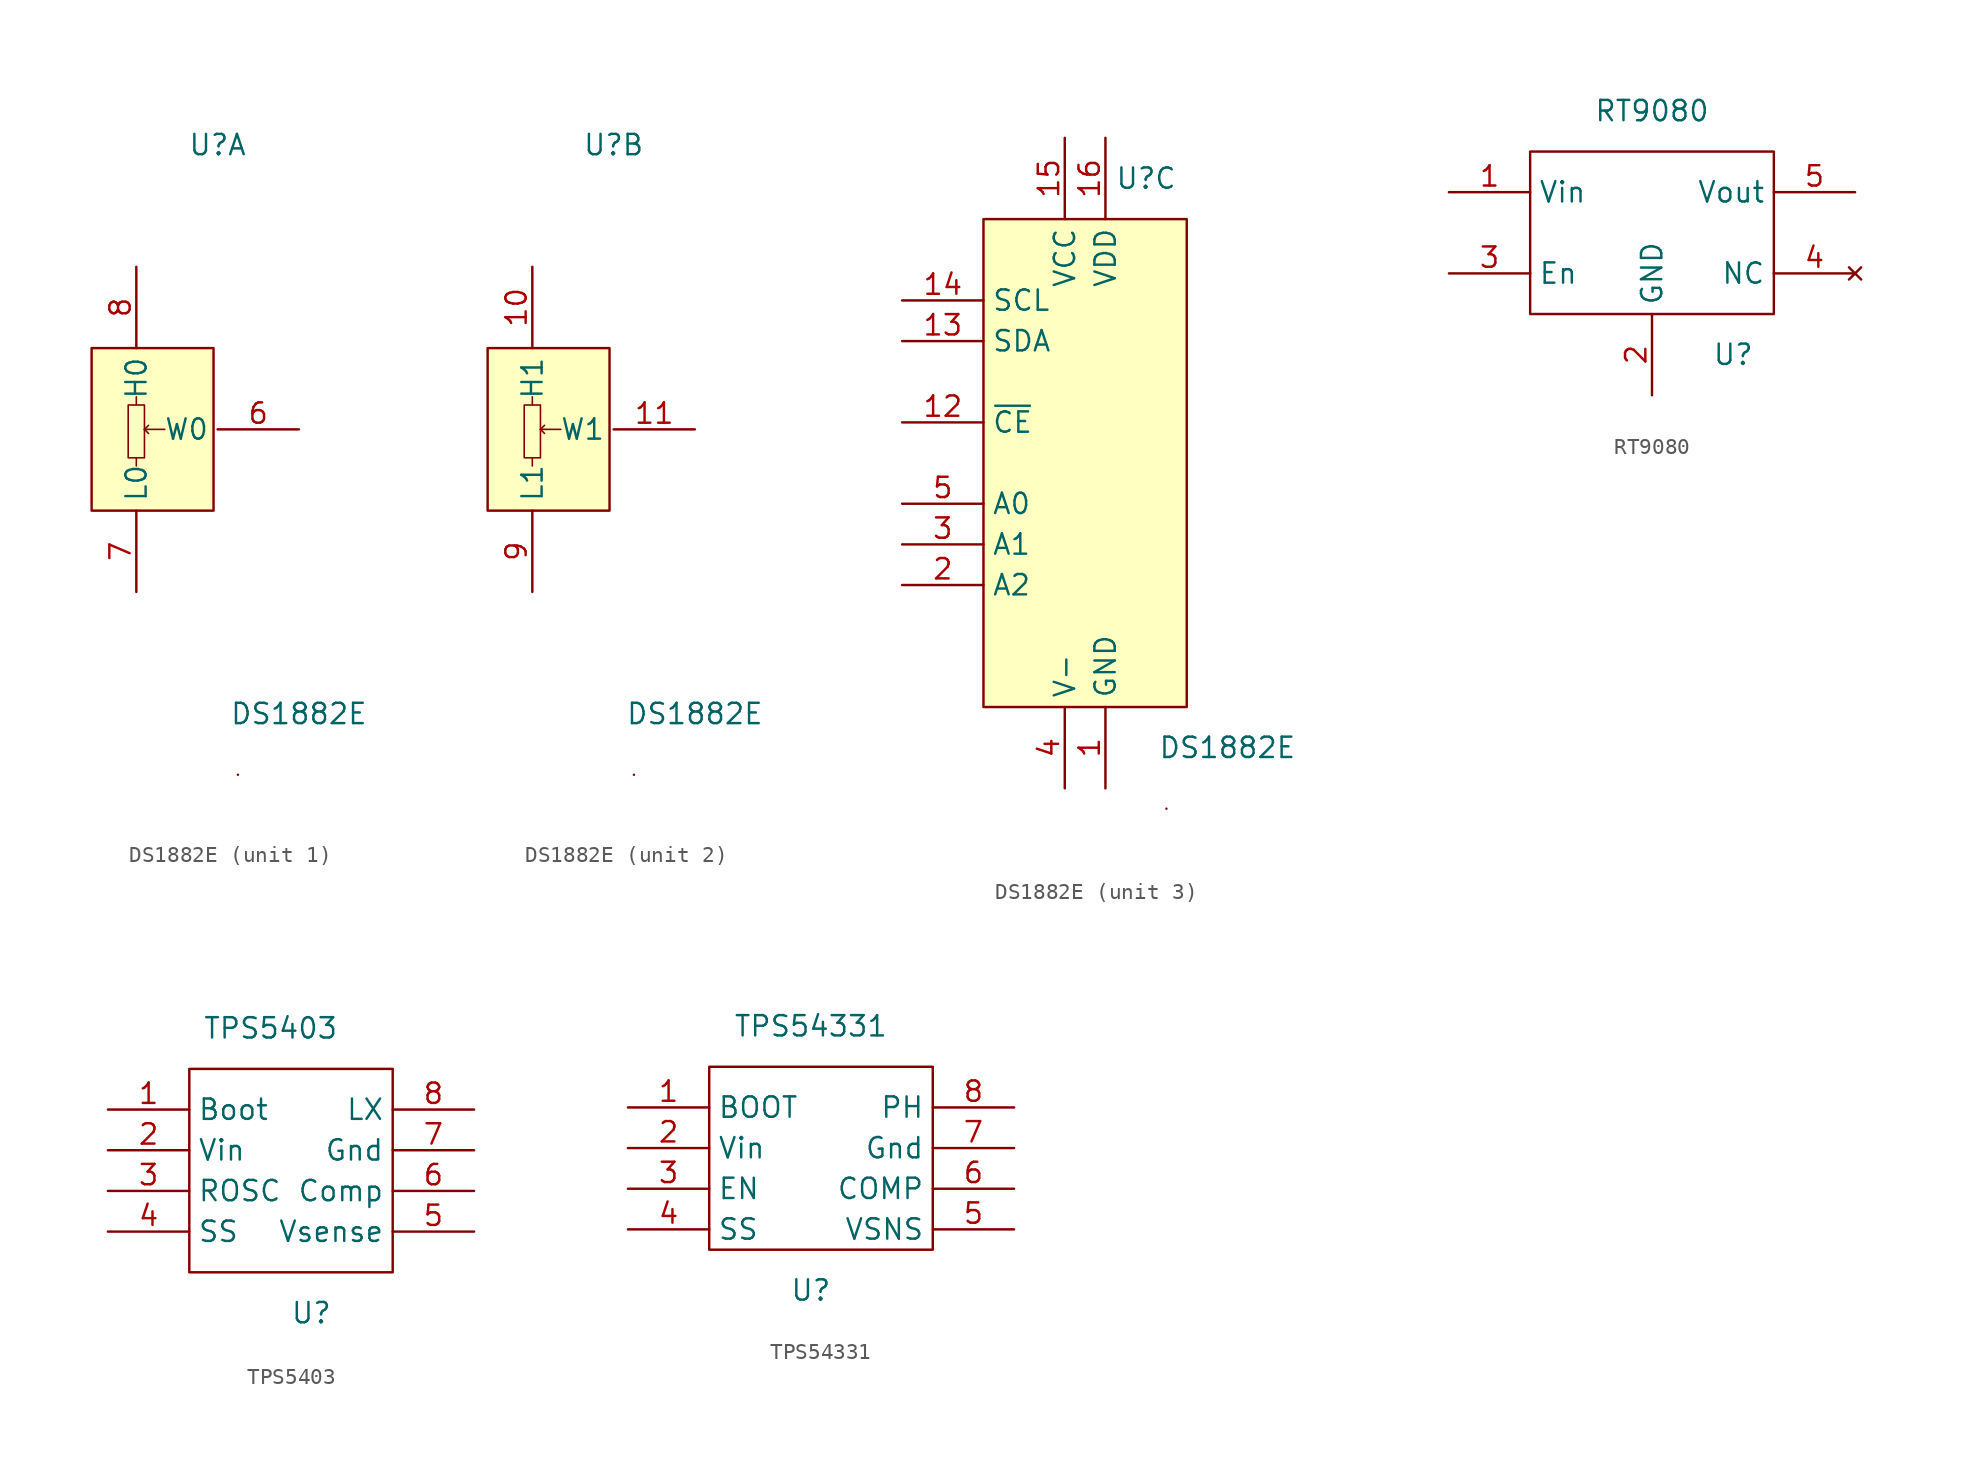
<source format=kicad_sym>
(kicad_symbol_lib
  (version 20211014)
  (generator kicad_symbol_editor)
  (symbol "DS1882E"
    (property "Reference" "U"
      (at 2.54 17.78 0)
      (effects (font (size 1.27 1.27))))
    (property "Value" "DS1882E"
      (at 7.62 -17.78 0)
      (effects (font (size 1.27 1.27))))
    (property "ki_locked" ""
      (at 0 0 0)
      (effects (font (size 1.27 1.27))))
    (symbol "DS1882E_0_1"
      (rectangle (start 3.81 -21.59) (end 3.81 -21.59) (stroke (width 0) (type default) (color 0 0 0 0)) (fill (type none))))
    (symbol "DS1882E_1_1"
      (rectangle (start -5.334 5.08) (end 2.286 -5.08) (stroke (width 0) (type default) (color 0 0 0 0)) (fill (type background)))
      (rectangle (start -3.048 1.524) (end -2.032 -1.778) (stroke (width 0.1) (type default) (color 0 0 0 0)) (fill (type none)))
      (polyline (pts (xy -2.54 -1.778) (xy -2.54 -2.286)) (stroke (width 0.1) (type default) (color 0 0 0 0)) (fill (type none)))
      (polyline (pts (xy -2.54 1.524) (xy -2.54 2.032)) (stroke (width 0.1) (type default) (color 0 0 0 0)) (fill (type none)))
      (polyline (pts (xy -2.032 0) (xy -1.778 -0.254)) (stroke (width 0.1) (type default) (color 0 0 0 0)) (fill (type none)))
      (polyline (pts (xy -2.032 0) (xy -1.778 0.254)) (stroke (width 0.1) (type default) (color 0 0 0 0)) (fill (type none)))
      (polyline (pts (xy -0.762 0) (xy -2.032 0)) (stroke (width 0.1) (type default) (color 0 0 0 0)) (fill (type none)))
      (pin passive line (at 7.62 0 180) (length 5.08) (name "W0" (effects (font (size 1.27 1.27)))) (number "6" (effects (font (size 1.27 1.27)))))
      (pin passive line (at -2.54 -10.16 90) (length 5.08) (name "L0" (effects (font (size 1.27 1.27)))) (number "7" (effects (font (size 1.27 1.27)))))
      (pin passive line (at -2.54 10.16 270) (length 5.08) (name "H0" (effects (font (size 1.27 1.27)))) (number "8" (effects (font (size 1.27 1.27))))))
    (symbol "DS1882E_2_1"
      (rectangle (start -5.334 5.08) (end 2.286 -5.08) (stroke (width 0) (type default) (color 0 0 0 0)) (fill (type background)))
      (rectangle (start -3.048 1.524) (end -2.032 -1.778) (stroke (width 0.1) (type default) (color 0 0 0 0)) (fill (type none)))
      (polyline (pts (xy -2.54 -1.778) (xy -2.54 -2.286)) (stroke (width 0.1) (type default) (color 0 0 0 0)) (fill (type none)))
      (polyline (pts (xy -2.54 1.524) (xy -2.54 2.032)) (stroke (width 0.1) (type default) (color 0 0 0 0)) (fill (type none)))
      (polyline (pts (xy -2.032 0) (xy -1.778 -0.254)) (stroke (width 0.1) (type default) (color 0 0 0 0)) (fill (type none)))
      (polyline (pts (xy -2.032 0) (xy -1.778 0.254)) (stroke (width 0.1) (type default) (color 0 0 0 0)) (fill (type none)))
      (polyline (pts (xy -0.762 0) (xy -2.032 0)) (stroke (width 0.1) (type default) (color 0 0 0 0)) (fill (type none)))
      (pin passive line (at -2.54 10.16 270) (length 5.08) (name "H1" (effects (font (size 1.27 1.27)))) (number "10" (effects (font (size 1.27 1.27)))))
      (pin passive line (at 7.62 0 180) (length 5.08) (name "W1" (effects (font (size 1.27 1.27)))) (number "11" (effects (font (size 1.27 1.27)))))
      (pin passive line (at -2.54 -10.16 90) (length 5.08) (name "L1" (effects (font (size 1.27 1.27)))) (number "9" (effects (font (size 1.27 1.27))))))
    (symbol "DS1882E_3_1"
      (rectangle (start -7.62 15.24) (end 5.08 -15.24) (stroke (width 0) (type default) (color 0 0 0 0)) (fill (type background)))
      (pin power_in line (at 0 -20.32 90) (length 5.08) (name "GND" (effects (font (size 1.27 1.27)))) (number "1" (effects (font (size 1.27 1.27)))))
      (pin input line (at -12.7 2.54 0) (length 5.08) (name "~{CE}" (effects (font (size 1.27 1.27)))) (number "12" (effects (font (size 1.27 1.27)))))
      (pin input line (at -12.7 7.62 0) (length 5.08) (name "SDA" (effects (font (size 1.27 1.27)))) (number "13" (effects (font (size 1.27 1.27)))))
      (pin input line (at -12.7 10.16 0) (length 5.08) (name "SCL" (effects (font (size 1.27 1.27)))) (number "14" (effects (font (size 1.27 1.27)))))
      (pin power_in line (at -2.54 20.32 270) (length 5.08) (name "VCC" (effects (font (size 1.27 1.27)))) (number "15" (effects (font (size 1.27 1.27)))))
      (pin power_in line (at 0 20.32 270) (length 5.08) (name "VDD" (effects (font (size 1.27 1.27)))) (number "16" (effects (font (size 1.27 1.27)))))
      (pin input line (at -12.7 -7.62 0) (length 5.08) (name "A2" (effects (font (size 1.27 1.27)))) (number "2" (effects (font (size 1.27 1.27)))))
      (pin input line (at -12.7 -5.08 0) (length 5.08) (name "A1" (effects (font (size 1.27 1.27)))) (number "3" (effects (font (size 1.27 1.27)))))
      (pin power_in line (at -2.54 -20.32 90) (length 5.08) (name "V-" (effects (font (size 1.27 1.27)))) (number "4" (effects (font (size 1.27 1.27)))))
      (pin input line (at -12.7 -2.54 0) (length 5.08) (name "A0" (effects (font (size 1.27 1.27)))) (number "5" (effects (font (size 1.27 1.27)))))))
  (symbol "RT9080"
    (property "Reference" "U"
      (at 5.08 -7.62 0)
      (effects (font (size 1.27 1.27))))
    (property "Value" "RT9080"
      (at 0 7.62 0)
      (effects (font (size 1.27 1.27))))
    (symbol "RT9080_0_1"
      (rectangle (start -7.62 5.08) (end 7.62 -5.08) (stroke (width 0) (type default) (color 0 0 0 0)) (fill (type none))))
    (symbol "RT9080_1_1"
      (pin power_in line (at -12.7 2.54 0) (length 5.08) (name "Vin" (effects (font (size 1.27 1.27)))) (number "1" (effects (font (size 1.27 1.27)))))
      (pin power_in line (at 0 -10.16 90) (length 5.08) (name "GND" (effects (font (size 1.27 1.27)))) (number "2" (effects (font (size 1.27 1.27)))))
      (pin input line (at -12.7 -2.54 0) (length 5.08) (name "En" (effects (font (size 1.27 1.27)))) (number "3" (effects (font (size 1.27 1.27)))))
      (pin no_connect line (at 12.7 -2.54 180) (length 5.08) (name "NC" (effects (font (size 1.27 1.27)))) (number "4" (effects (font (size 1.27 1.27)))))
      (pin power_out line (at 12.7 2.54 180) (length 5.08) (name "Vout" (effects (font (size 1.27 1.27)))) (number "5" (effects (font (size 1.27 1.27)))))))
  (symbol "TPS5403"
    (property "Reference" "U"
      (at 2.54 -10.16 0)
      (effects (font (size 1.27 1.27))))
    (property "Value" "TPS5403"
      (at 0 7.62 0)
      (effects (font (size 1.27 1.27))))
    (symbol "TPS5403_0_1"
      (rectangle (start -5.08 5.08) (end 7.62 -7.62) (stroke (width 0) (type default) (color 0 0 0 0)) (fill (type none))))
    (symbol "TPS5403_1_1"
      (pin input line (at -10.16 2.54 0) (length 5.08) (name "Boot" (effects (font (size 1.27 1.27)))) (number "1" (effects (font (size 1.27 1.27)))))
      (pin power_in line (at -10.16 0 0) (length 5.08) (name "Vin" (effects (font (size 1.27 1.27)))) (number "2" (effects (font (size 1.27 1.27)))))
      (pin bidirectional line (at -10.16 -2.54 0) (length 5.08) (name "ROSC" (effects (font (size 1.27 1.27)))) (number "3" (effects (font (size 1.27 1.27)))))
      (pin bidirectional line (at -10.16 -5.08 0) (length 5.08) (name "SS" (effects (font (size 1.27 1.27)))) (number "4" (effects (font (size 1.27 1.27)))))
      (pin input line (at 12.7 -5.08 180) (length 5.08) (name "Vsense" (effects (font (size 1.27 1.27)))) (number "5" (effects (font (size 1.27 1.27)))))
      (pin bidirectional line (at 12.7 -2.54 180) (length 5.08) (name "Comp" (effects (font (size 1.27 1.27)))) (number "6" (effects (font (size 1.27 1.27)))))
      (pin power_in line (at 12.7 0 180) (length 5.08) (name "Gnd" (effects (font (size 1.27 1.27)))) (number "7" (effects (font (size 1.27 1.27)))))
      (pin power_out line (at 12.7 2.54 180) (length 5.08) (name "LX" (effects (font (size 1.27 1.27)))) (number "8" (effects (font (size 1.27 1.27)))))))
  (symbol "TPS54331"
    (property "Reference" "U"
      (at 0 -7.62 0)
      (effects (font (size 1.27 1.27))))
    (property "Value" "TPS54331"
      (at 0 8.89 0)
      (effects (font (size 1.27 1.27))))
    (symbol "TPS54331_0_1"
      (rectangle (start -6.35 6.35) (end 7.62 -5.08) (stroke (width 0) (type default) (color 0 0 0 0)) (fill (type none))))
    (symbol "TPS54331_1_1"
      (pin passive line (at -11.43 3.81 0) (length 5.08) (name "BOOT" (effects (font (size 1.27 1.27)))) (number "1" (effects (font (size 1.27 1.27)))))
      (pin power_in line (at -11.43 1.27 0) (length 5.08) (name "Vin" (effects (font (size 1.27 1.27)))) (number "2" (effects (font (size 1.27 1.27)))))
      (pin passive line (at -11.43 -1.27 0) (length 5.08) (name "EN" (effects (font (size 1.27 1.27)))) (number "3" (effects (font (size 1.27 1.27)))))
      (pin passive line (at -11.43 -3.81 0) (length 5.08) (name "SS" (effects (font (size 1.27 1.27)))) (number "4" (effects (font (size 1.27 1.27)))))
      (pin passive line (at 12.7 -3.81 180) (length 5.08) (name "VSNS" (effects (font (size 1.27 1.27)))) (number "5" (effects (font (size 1.27 1.27)))))
      (pin passive line (at 12.7 -1.27 180) (length 5.08) (name "COMP" (effects (font (size 1.27 1.27)))) (number "6" (effects (font (size 1.27 1.27)))))
      (pin power_in line (at 12.7 1.27 180) (length 5.08) (name "Gnd" (effects (font (size 1.27 1.27)))) (number "7" (effects (font (size 1.27 1.27)))))
      (pin power_out line (at 12.7 3.81 180) (length 5.08) (name "PH" (effects (font (size 1.27 1.27)))) (number "8" (effects (font (size 1.27 1.27))))))))
</source>
